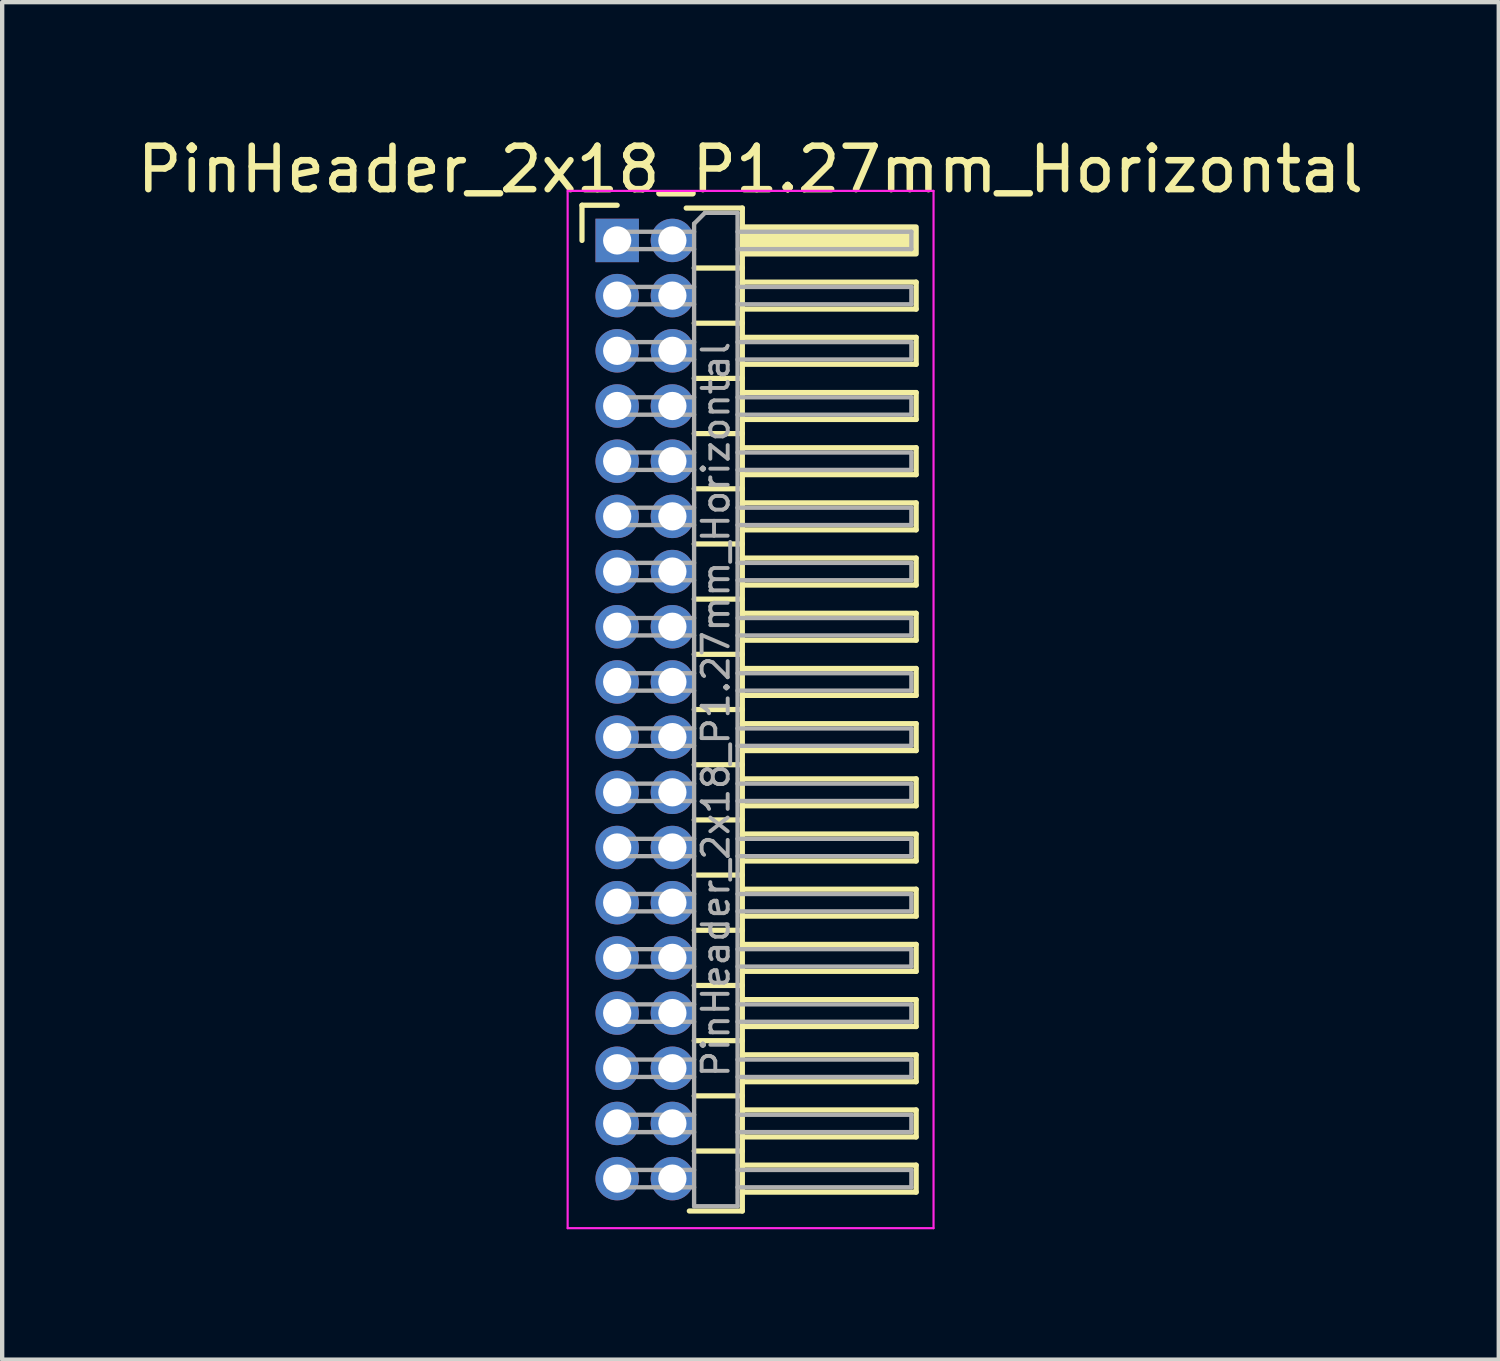
<source format=kicad_pcb>
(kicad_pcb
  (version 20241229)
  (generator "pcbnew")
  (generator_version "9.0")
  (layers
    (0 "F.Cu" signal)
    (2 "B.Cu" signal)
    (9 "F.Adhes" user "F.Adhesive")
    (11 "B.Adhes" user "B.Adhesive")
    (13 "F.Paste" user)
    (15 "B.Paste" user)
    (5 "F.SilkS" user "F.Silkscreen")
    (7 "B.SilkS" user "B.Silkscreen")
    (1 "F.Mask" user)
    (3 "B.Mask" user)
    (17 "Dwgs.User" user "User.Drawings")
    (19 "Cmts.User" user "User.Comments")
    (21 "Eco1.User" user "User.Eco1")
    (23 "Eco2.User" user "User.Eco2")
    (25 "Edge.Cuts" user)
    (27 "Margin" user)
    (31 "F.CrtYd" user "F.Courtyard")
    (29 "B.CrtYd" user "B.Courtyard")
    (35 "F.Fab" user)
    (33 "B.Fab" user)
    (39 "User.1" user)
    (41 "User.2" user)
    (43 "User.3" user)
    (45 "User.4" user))
  (footprint "PinHeader_2x18_P1.27mm_Horizontal"
    (layer "F.Cu")
    (at 11.153 2.483)
    (property "Reference" "PinHeader_2x18_P1.27mm_Horizontal" (at 3.067 -1.635 0) (layer "F.SilkS") (effects (font (size 1 1) (thickness 0.15))))
    (attr through_hole)
    (fp_line (start -0.81 -0.81) (end 0 -0.81) (stroke (width 0.12) (type solid)) (layer "F.SilkS"))
    (fp_line (start -0.81 0) (end -0.81 -0.81) (stroke (width 0.12) (type solid)) (layer "F.SilkS"))
    (fp_line (start 1.588 -0.745) (end 2.88 -0.745) (stroke (width 0.12) (type solid)) (layer "F.SilkS"))
    (fp_line (start 1.773 0.635) (end 2.88 0.635) (stroke (width 0.12) (type solid)) (layer "F.SilkS"))
    (fp_line (start 1.773 1.905) (end 2.88 1.905) (stroke (width 0.12) (type solid)) (layer "F.SilkS"))
    (fp_line (start 1.773 3.175) (end 2.88 3.175) (stroke (width 0.12) (type solid)) (layer "F.SilkS"))
    (fp_line (start 1.773 4.445) (end 2.88 4.445) (stroke (width 0.12) (type solid)) (layer "F.SilkS"))
    (fp_line (start 1.773 5.715) (end 2.88 5.715) (stroke (width 0.12) (type solid)) (layer "F.SilkS"))
    (fp_line (start 1.773 6.985) (end 2.88 6.985) (stroke (width 0.12) (type solid)) (layer "F.SilkS"))
    (fp_line (start 1.773 8.255) (end 2.88 8.255) (stroke (width 0.12) (type solid)) (layer "F.SilkS"))
    (fp_line (start 1.773 9.525) (end 2.88 9.525) (stroke (width 0.12) (type solid)) (layer "F.SilkS"))
    (fp_line (start 1.773 10.795) (end 2.88 10.795) (stroke (width 0.12) (type solid)) (layer "F.SilkS"))
    (fp_line (start 1.773 12.065) (end 2.88 12.065) (stroke (width 0.12) (type solid)) (layer "F.SilkS"))
    (fp_line (start 1.773 13.335) (end 2.88 13.335) (stroke (width 0.12) (type solid)) (layer "F.SilkS"))
    (fp_line (start 1.773 14.605) (end 2.88 14.605) (stroke (width 0.12) (type solid)) (layer "F.SilkS"))
    (fp_line (start 1.773 15.875) (end 2.88 15.875) (stroke (width 0.12) (type solid)) (layer "F.SilkS"))
    (fp_line (start 1.773 17.145) (end 2.88 17.145) (stroke (width 0.12) (type solid)) (layer "F.SilkS"))
    (fp_line (start 1.773 18.415) (end 2.88 18.415) (stroke (width 0.12) (type solid)) (layer "F.SilkS"))
    (fp_line (start 1.773 19.685) (end 2.88 19.685) (stroke (width 0.12) (type solid)) (layer "F.SilkS"))
    (fp_line (start 1.773 20.955) (end 2.88 20.955) (stroke (width 0.12) (type solid)) (layer "F.SilkS"))
    (fp_line (start 2.88 -0.745) (end 2.88 22.335) (stroke (width 0.12) (type solid)) (layer "F.SilkS"))
    (fp_line (start 2.88 0.96) (end 6.88 0.96) (stroke (width 0.12) (type solid)) (layer "F.SilkS"))
    (fp_line (start 2.88 2.23) (end 6.88 2.23) (stroke (width 0.12) (type solid)) (layer "F.SilkS"))
    (fp_line (start 2.88 3.5) (end 6.88 3.5) (stroke (width 0.12) (type solid)) (layer "F.SilkS"))
    (fp_line (start 2.88 4.77) (end 6.88 4.77) (stroke (width 0.12) (type solid)) (layer "F.SilkS"))
    (fp_line (start 2.88 6.04) (end 6.88 6.04) (stroke (width 0.12) (type solid)) (layer "F.SilkS"))
    (fp_line (start 2.88 7.31) (end 6.88 7.31) (stroke (width 0.12) (type solid)) (layer "F.SilkS"))
    (fp_line (start 2.88 8.58) (end 6.88 8.58) (stroke (width 0.12) (type solid)) (layer "F.SilkS"))
    (fp_line (start 2.88 9.85) (end 6.88 9.85) (stroke (width 0.12) (type solid)) (layer "F.SilkS"))
    (fp_line (start 2.88 11.12) (end 6.88 11.12) (stroke (width 0.12) (type solid)) (layer "F.SilkS"))
    (fp_line (start 2.88 12.39) (end 6.88 12.39) (stroke (width 0.12) (type solid)) (layer "F.SilkS"))
    (fp_line (start 2.88 13.66) (end 6.88 13.66) (stroke (width 0.12) (type solid)) (layer "F.SilkS"))
    (fp_line (start 2.88 14.93) (end 6.88 14.93) (stroke (width 0.12) (type solid)) (layer "F.SilkS"))
    (fp_line (start 2.88 16.2) (end 6.88 16.2) (stroke (width 0.12) (type solid)) (layer "F.SilkS"))
    (fp_line (start 2.88 17.47) (end 6.88 17.47) (stroke (width 0.12) (type solid)) (layer "F.SilkS"))
    (fp_line (start 2.88 18.74) (end 6.88 18.74) (stroke (width 0.12) (type solid)) (layer "F.SilkS"))
    (fp_line (start 2.88 20.01) (end 6.88 20.01) (stroke (width 0.12) (type solid)) (layer "F.SilkS"))
    (fp_line (start 2.88 21.28) (end 6.88 21.28) (stroke (width 0.12) (type solid)) (layer "F.SilkS"))
    (fp_line (start 2.88 22.335) (end 1.66 22.335) (stroke (width 0.12) (type solid)) (layer "F.SilkS"))
    (fp_line (start 6.88 0.96) (end 6.88 1.58) (stroke (width 0.12) (type solid)) (layer "F.SilkS"))
    (fp_line (start 6.88 1.58) (end 2.88 1.58) (stroke (width 0.12) (type solid)) (layer "F.SilkS"))
    (fp_line (start 6.88 2.23) (end 6.88 2.85) (stroke (width 0.12) (type solid)) (layer "F.SilkS"))
    (fp_line (start 6.88 2.85) (end 2.88 2.85) (stroke (width 0.12) (type solid)) (layer "F.SilkS"))
    (fp_line (start 6.88 3.5) (end 6.88 4.12) (stroke (width 0.12) (type solid)) (layer "F.SilkS"))
    (fp_line (start 6.88 4.12) (end 2.88 4.12) (stroke (width 0.12) (type solid)) (layer "F.SilkS"))
    (fp_line (start 6.88 4.77) (end 6.88 5.39) (stroke (width 0.12) (type solid)) (layer "F.SilkS"))
    (fp_line (start 6.88 5.39) (end 2.88 5.39) (stroke (width 0.12) (type solid)) (layer "F.SilkS"))
    (fp_line (start 6.88 6.04) (end 6.88 6.66) (stroke (width 0.12) (type solid)) (layer "F.SilkS"))
    (fp_line (start 6.88 6.66) (end 2.88 6.66) (stroke (width 0.12) (type solid)) (layer "F.SilkS"))
    (fp_line (start 6.88 7.31) (end 6.88 7.93) (stroke (width 0.12) (type solid)) (layer "F.SilkS"))
    (fp_line (start 6.88 7.93) (end 2.88 7.93) (stroke (width 0.12) (type solid)) (layer "F.SilkS"))
    (fp_line (start 6.88 8.58) (end 6.88 9.2) (stroke (width 0.12) (type solid)) (layer "F.SilkS"))
    (fp_line (start 6.88 9.2) (end 2.88 9.2) (stroke (width 0.12) (type solid)) (layer "F.SilkS"))
    (fp_line (start 6.88 9.85) (end 6.88 10.47) (stroke (width 0.12) (type solid)) (layer "F.SilkS"))
    (fp_line (start 6.88 10.47) (end 2.88 10.47) (stroke (width 0.12) (type solid)) (layer "F.SilkS"))
    (fp_line (start 6.88 11.12) (end 6.88 11.74) (stroke (width 0.12) (type solid)) (layer "F.SilkS"))
    (fp_line (start 6.88 11.74) (end 2.88 11.74) (stroke (width 0.12) (type solid)) (layer "F.SilkS"))
    (fp_line (start 6.88 12.39) (end 6.88 13.01) (stroke (width 0.12) (type solid)) (layer "F.SilkS"))
    (fp_line (start 6.88 13.01) (end 2.88 13.01) (stroke (width 0.12) (type solid)) (layer "F.SilkS"))
    (fp_line (start 6.88 13.66) (end 6.88 14.28) (stroke (width 0.12) (type solid)) (layer "F.SilkS"))
    (fp_line (start 6.88 14.28) (end 2.88 14.28) (stroke (width 0.12) (type solid)) (layer "F.SilkS"))
    (fp_line (start 6.88 14.93) (end 6.88 15.55) (stroke (width 0.12) (type solid)) (layer "F.SilkS"))
    (fp_line (start 6.88 15.55) (end 2.88 15.55) (stroke (width 0.12) (type solid)) (layer "F.SilkS"))
    (fp_line (start 6.88 16.2) (end 6.88 16.82) (stroke (width 0.12) (type solid)) (layer "F.SilkS"))
    (fp_line (start 6.88 16.82) (end 2.88 16.82) (stroke (width 0.12) (type solid)) (layer "F.SilkS"))
    (fp_line (start 6.88 17.47) (end 6.88 18.09) (stroke (width 0.12) (type solid)) (layer "F.SilkS"))
    (fp_line (start 6.88 18.09) (end 2.88 18.09) (stroke (width 0.12) (type solid)) (layer "F.SilkS"))
    (fp_line (start 6.88 18.74) (end 6.88 19.36) (stroke (width 0.12) (type solid)) (layer "F.SilkS"))
    (fp_line (start 6.88 19.36) (end 2.88 19.36) (stroke (width 0.12) (type solid)) (layer "F.SilkS"))
    (fp_line (start 6.88 20.01) (end 6.88 20.63) (stroke (width 0.12) (type solid)) (layer "F.SilkS"))
    (fp_line (start 6.88 20.63) (end 2.88 20.63) (stroke (width 0.12) (type solid)) (layer "F.SilkS"))
    (fp_line (start 6.88 21.28) (end 6.88 21.9) (stroke (width 0.12) (type solid)) (layer "F.SilkS"))
    (fp_line (start 6.88 21.9) (end 2.88 21.9) (stroke (width 0.12) (type solid)) (layer "F.SilkS"))
    (fp_rect (start 2.88 -0.31) (end 6.88 0.31) (stroke (width 0.12) (type solid)) (fill yes) (layer "F.SilkS"))
    (fp_line (start -1.14 -1.14) (end -1.14 22.73) (stroke (width 0.05) (type solid)) (layer "F.CrtYd"))
    (fp_line (start -1.14 22.73) (end 7.28 22.73) (stroke (width 0.05) (type solid)) (layer "F.CrtYd"))
    (fp_line (start 7.28 -1.14) (end -1.14 -1.14) (stroke (width 0.05) (type solid)) (layer "F.CrtYd"))
    (fp_line (start 7.28 22.73) (end 7.28 -1.14) (stroke (width 0.05) (type solid)) (layer "F.CrtYd"))
    (fp_line (start -0.2 -0.2) (end -0.2 0.2) (stroke (width 0.1) (type solid)) (layer "F.Fab"))
    (fp_line (start -0.2 -0.2) (end 1.77 -0.2) (stroke (width 0.1) (type solid)) (layer "F.Fab"))
    (fp_line (start -0.2 0.2) (end 1.77 0.2) (stroke (width 0.1) (type solid)) (layer "F.Fab"))
    (fp_line (start -0.2 1.07) (end -0.2 1.47) (stroke (width 0.1) (type solid)) (layer "F.Fab"))
    (fp_line (start -0.2 1.07) (end 1.77 1.07) (stroke (width 0.1) (type solid)) (layer "F.Fab"))
    (fp_line (start -0.2 1.47) (end 1.77 1.47) (stroke (width 0.1) (type solid)) (layer "F.Fab"))
    (fp_line (start -0.2 2.34) (end -0.2 2.74) (stroke (width 0.1) (type solid)) (layer "F.Fab"))
    (fp_line (start -0.2 2.34) (end 1.77 2.34) (stroke (width 0.1) (type solid)) (layer "F.Fab"))
    (fp_line (start -0.2 2.74) (end 1.77 2.74) (stroke (width 0.1) (type solid)) (layer "F.Fab"))
    (fp_line (start -0.2 3.61) (end -0.2 4.01) (stroke (width 0.1) (type solid)) (layer "F.Fab"))
    (fp_line (start -0.2 3.61) (end 1.77 3.61) (stroke (width 0.1) (type solid)) (layer "F.Fab"))
    (fp_line (start -0.2 4.01) (end 1.77 4.01) (stroke (width 0.1) (type solid)) (layer "F.Fab"))
    (fp_line (start -0.2 4.88) (end -0.2 5.28) (stroke (width 0.1) (type solid)) (layer "F.Fab"))
    (fp_line (start -0.2 4.88) (end 1.77 4.88) (stroke (width 0.1) (type solid)) (layer "F.Fab"))
    (fp_line (start -0.2 5.28) (end 1.77 5.28) (stroke (width 0.1) (type solid)) (layer "F.Fab"))
    (fp_line (start -0.2 6.15) (end -0.2 6.55) (stroke (width 0.1) (type solid)) (layer "F.Fab"))
    (fp_line (start -0.2 6.15) (end 1.77 6.15) (stroke (width 0.1) (type solid)) (layer "F.Fab"))
    (fp_line (start -0.2 6.55) (end 1.77 6.55) (stroke (width 0.1) (type solid)) (layer "F.Fab"))
    (fp_line (start -0.2 7.42) (end -0.2 7.82) (stroke (width 0.1) (type solid)) (layer "F.Fab"))
    (fp_line (start -0.2 7.42) (end 1.77 7.42) (stroke (width 0.1) (type solid)) (layer "F.Fab"))
    (fp_line (start -0.2 7.82) (end 1.77 7.82) (stroke (width 0.1) (type solid)) (layer "F.Fab"))
    (fp_line (start -0.2 8.69) (end -0.2 9.09) (stroke (width 0.1) (type solid)) (layer "F.Fab"))
    (fp_line (start -0.2 8.69) (end 1.77 8.69) (stroke (width 0.1) (type solid)) (layer "F.Fab"))
    (fp_line (start -0.2 9.09) (end 1.77 9.09) (stroke (width 0.1) (type solid)) (layer "F.Fab"))
    (fp_line (start -0.2 9.96) (end -0.2 10.36) (stroke (width 0.1) (type solid)) (layer "F.Fab"))
    (fp_line (start -0.2 9.96) (end 1.77 9.96) (stroke (width 0.1) (type solid)) (layer "F.Fab"))
    (fp_line (start -0.2 10.36) (end 1.77 10.36) (stroke (width 0.1) (type solid)) (layer "F.Fab"))
    (fp_line (start -0.2 11.23) (end -0.2 11.63) (stroke (width 0.1) (type solid)) (layer "F.Fab"))
    (fp_line (start -0.2 11.23) (end 1.77 11.23) (stroke (width 0.1) (type solid)) (layer "F.Fab"))
    (fp_line (start -0.2 11.63) (end 1.77 11.63) (stroke (width 0.1) (type solid)) (layer "F.Fab"))
    (fp_line (start -0.2 12.5) (end -0.2 12.9) (stroke (width 0.1) (type solid)) (layer "F.Fab"))
    (fp_line (start -0.2 12.5) (end 1.77 12.5) (stroke (width 0.1) (type solid)) (layer "F.Fab"))
    (fp_line (start -0.2 12.9) (end 1.77 12.9) (stroke (width 0.1) (type solid)) (layer "F.Fab"))
    (fp_line (start -0.2 13.77) (end -0.2 14.17) (stroke (width 0.1) (type solid)) (layer "F.Fab"))
    (fp_line (start -0.2 13.77) (end 1.77 13.77) (stroke (width 0.1) (type solid)) (layer "F.Fab"))
    (fp_line (start -0.2 14.17) (end 1.77 14.17) (stroke (width 0.1) (type solid)) (layer "F.Fab"))
    (fp_line (start -0.2 15.04) (end -0.2 15.44) (stroke (width 0.1) (type solid)) (layer "F.Fab"))
    (fp_line (start -0.2 15.04) (end 1.77 15.04) (stroke (width 0.1) (type solid)) (layer "F.Fab"))
    (fp_line (start -0.2 15.44) (end 1.77 15.44) (stroke (width 0.1) (type solid)) (layer "F.Fab"))
    (fp_line (start -0.2 16.31) (end -0.2 16.71) (stroke (width 0.1) (type solid)) (layer "F.Fab"))
    (fp_line (start -0.2 16.31) (end 1.77 16.31) (stroke (width 0.1) (type solid)) (layer "F.Fab"))
    (fp_line (start -0.2 16.71) (end 1.77 16.71) (stroke (width 0.1) (type solid)) (layer "F.Fab"))
    (fp_line (start -0.2 17.58) (end -0.2 17.98) (stroke (width 0.1) (type solid)) (layer "F.Fab"))
    (fp_line (start -0.2 17.58) (end 1.77 17.58) (stroke (width 0.1) (type solid)) (layer "F.Fab"))
    (fp_line (start -0.2 17.98) (end 1.77 17.98) (stroke (width 0.1) (type solid)) (layer "F.Fab"))
    (fp_line (start -0.2 18.85) (end -0.2 19.25) (stroke (width 0.1) (type solid)) (layer "F.Fab"))
    (fp_line (start -0.2 18.85) (end 1.77 18.85) (stroke (width 0.1) (type solid)) (layer "F.Fab"))
    (fp_line (start -0.2 19.25) (end 1.77 19.25) (stroke (width 0.1) (type solid)) (layer "F.Fab"))
    (fp_line (start -0.2 20.12) (end -0.2 20.52) (stroke (width 0.1) (type solid)) (layer "F.Fab"))
    (fp_line (start -0.2 20.12) (end 1.77 20.12) (stroke (width 0.1) (type solid)) (layer "F.Fab"))
    (fp_line (start -0.2 20.52) (end 1.77 20.52) (stroke (width 0.1) (type solid)) (layer "F.Fab"))
    (fp_line (start -0.2 21.39) (end -0.2 21.79) (stroke (width 0.1) (type solid)) (layer "F.Fab"))
    (fp_line (start -0.2 21.39) (end 1.77 21.39) (stroke (width 0.1) (type solid)) (layer "F.Fab"))
    (fp_line (start -0.2 21.79) (end 1.77 21.79) (stroke (width 0.1) (type solid)) (layer "F.Fab"))
    (fp_line (start 1.77 -0.385) (end 2.02 -0.635) (stroke (width 0.1) (type solid)) (layer "F.Fab"))
    (fp_line (start 1.77 22.225) (end 1.77 -0.385) (stroke (width 0.1) (type solid)) (layer "F.Fab"))
    (fp_line (start 2.02 -0.635) (end 2.77 -0.635) (stroke (width 0.1) (type solid)) (layer "F.Fab"))
    (fp_line (start 2.77 -0.635) (end 2.77 22.225) (stroke (width 0.1) (type solid)) (layer "F.Fab"))
    (fp_line (start 2.77 -0.2) (end 6.77 -0.2) (stroke (width 0.1) (type solid)) (layer "F.Fab"))
    (fp_line (start 2.77 0.2) (end 6.77 0.2) (stroke (width 0.1) (type solid)) (layer "F.Fab"))
    (fp_line (start 2.77 1.07) (end 6.77 1.07) (stroke (width 0.1) (type solid)) (layer "F.Fab"))
    (fp_line (start 2.77 1.47) (end 6.77 1.47) (stroke (width 0.1) (type solid)) (layer "F.Fab"))
    (fp_line (start 2.77 2.34) (end 6.77 2.34) (stroke (width 0.1) (type solid)) (layer "F.Fab"))
    (fp_line (start 2.77 2.74) (end 6.77 2.74) (stroke (width 0.1) (type solid)) (layer "F.Fab"))
    (fp_line (start 2.77 3.61) (end 6.77 3.61) (stroke (width 0.1) (type solid)) (layer "F.Fab"))
    (fp_line (start 2.77 4.01) (end 6.77 4.01) (stroke (width 0.1) (type solid)) (layer "F.Fab"))
    (fp_line (start 2.77 4.88) (end 6.77 4.88) (stroke (width 0.1) (type solid)) (layer "F.Fab"))
    (fp_line (start 2.77 5.28) (end 6.77 5.28) (stroke (width 0.1) (type solid)) (layer "F.Fab"))
    (fp_line (start 2.77 6.15) (end 6.77 6.15) (stroke (width 0.1) (type solid)) (layer "F.Fab"))
    (fp_line (start 2.77 6.55) (end 6.77 6.55) (stroke (width 0.1) (type solid)) (layer "F.Fab"))
    (fp_line (start 2.77 7.42) (end 6.77 7.42) (stroke (width 0.1) (type solid)) (layer "F.Fab"))
    (fp_line (start 2.77 7.82) (end 6.77 7.82) (stroke (width 0.1) (type solid)) (layer "F.Fab"))
    (fp_line (start 2.77 8.69) (end 6.77 8.69) (stroke (width 0.1) (type solid)) (layer "F.Fab"))
    (fp_line (start 2.77 9.09) (end 6.77 9.09) (stroke (width 0.1) (type solid)) (layer "F.Fab"))
    (fp_line (start 2.77 9.96) (end 6.77 9.96) (stroke (width 0.1) (type solid)) (layer "F.Fab"))
    (fp_line (start 2.77 10.36) (end 6.77 10.36) (stroke (width 0.1) (type solid)) (layer "F.Fab"))
    (fp_line (start 2.77 11.23) (end 6.77 11.23) (stroke (width 0.1) (type solid)) (layer "F.Fab"))
    (fp_line (start 2.77 11.63) (end 6.77 11.63) (stroke (width 0.1) (type solid)) (layer "F.Fab"))
    (fp_line (start 2.77 12.5) (end 6.77 12.5) (stroke (width 0.1) (type solid)) (layer "F.Fab"))
    (fp_line (start 2.77 12.9) (end 6.77 12.9) (stroke (width 0.1) (type solid)) (layer "F.Fab"))
    (fp_line (start 2.77 13.77) (end 6.77 13.77) (stroke (width 0.1) (type solid)) (layer "F.Fab"))
    (fp_line (start 2.77 14.17) (end 6.77 14.17) (stroke (width 0.1) (type solid)) (layer "F.Fab"))
    (fp_line (start 2.77 15.04) (end 6.77 15.04) (stroke (width 0.1) (type solid)) (layer "F.Fab"))
    (fp_line (start 2.77 15.44) (end 6.77 15.44) (stroke (width 0.1) (type solid)) (layer "F.Fab"))
    (fp_line (start 2.77 16.31) (end 6.77 16.31) (stroke (width 0.1) (type solid)) (layer "F.Fab"))
    (fp_line (start 2.77 16.71) (end 6.77 16.71) (stroke (width 0.1) (type solid)) (layer "F.Fab"))
    (fp_line (start 2.77 17.58) (end 6.77 17.58) (stroke (width 0.1) (type solid)) (layer "F.Fab"))
    (fp_line (start 2.77 17.98) (end 6.77 17.98) (stroke (width 0.1) (type solid)) (layer "F.Fab"))
    (fp_line (start 2.77 18.85) (end 6.77 18.85) (stroke (width 0.1) (type solid)) (layer "F.Fab"))
    (fp_line (start 2.77 19.25) (end 6.77 19.25) (stroke (width 0.1) (type solid)) (layer "F.Fab"))
    (fp_line (start 2.77 20.12) (end 6.77 20.12) (stroke (width 0.1) (type solid)) (layer "F.Fab"))
    (fp_line (start 2.77 20.52) (end 6.77 20.52) (stroke (width 0.1) (type solid)) (layer "F.Fab"))
    (fp_line (start 2.77 21.39) (end 6.77 21.39) (stroke (width 0.1) (type solid)) (layer "F.Fab"))
    (fp_line (start 2.77 21.79) (end 6.77 21.79) (stroke (width 0.1) (type solid)) (layer "F.Fab"))
    (fp_line (start 2.77 22.225) (end 1.77 22.225) (stroke (width 0.1) (type solid)) (layer "F.Fab"))
    (fp_line (start 6.77 -0.2) (end 6.77 0.2) (stroke (width 0.1) (type solid)) (layer "F.Fab"))
    (fp_line (start 6.77 1.07) (end 6.77 1.47) (stroke (width 0.1) (type solid)) (layer "F.Fab"))
    (fp_line (start 6.77 2.34) (end 6.77 2.74) (stroke (width 0.1) (type solid)) (layer "F.Fab"))
    (fp_line (start 6.77 3.61) (end 6.77 4.01) (stroke (width 0.1) (type solid)) (layer "F.Fab"))
    (fp_line (start 6.77 4.88) (end 6.77 5.28) (stroke (width 0.1) (type solid)) (layer "F.Fab"))
    (fp_line (start 6.77 6.15) (end 6.77 6.55) (stroke (width 0.1) (type solid)) (layer "F.Fab"))
    (fp_line (start 6.77 7.42) (end 6.77 7.82) (stroke (width 0.1) (type solid)) (layer "F.Fab"))
    (fp_line (start 6.77 8.69) (end 6.77 9.09) (stroke (width 0.1) (type solid)) (layer "F.Fab"))
    (fp_line (start 6.77 9.96) (end 6.77 10.36) (stroke (width 0.1) (type solid)) (layer "F.Fab"))
    (fp_line (start 6.77 11.23) (end 6.77 11.63) (stroke (width 0.1) (type solid)) (layer "F.Fab"))
    (fp_line (start 6.77 12.5) (end 6.77 12.9) (stroke (width 0.1) (type solid)) (layer "F.Fab"))
    (fp_line (start 6.77 13.77) (end 6.77 14.17) (stroke (width 0.1) (type solid)) (layer "F.Fab"))
    (fp_line (start 6.77 15.04) (end 6.77 15.44) (stroke (width 0.1) (type solid)) (layer "F.Fab"))
    (fp_line (start 6.77 16.31) (end 6.77 16.71) (stroke (width 0.1) (type solid)) (layer "F.Fab"))
    (fp_line (start 6.77 17.58) (end 6.77 17.98) (stroke (width 0.1) (type solid)) (layer "F.Fab"))
    (fp_line (start 6.77 18.85) (end 6.77 19.25) (stroke (width 0.1) (type solid)) (layer "F.Fab"))
    (fp_line (start 6.77 20.12) (end 6.77 20.52) (stroke (width 0.1) (type solid)) (layer "F.Fab"))
    (fp_line (start 6.77 21.39) (end 6.77 21.79) (stroke (width 0.1) (type solid)) (layer "F.Fab"))
    (fp_text user "${REFERENCE}" (at 2.27 10.795 90) (layer "F.Fab") (effects (font (size 0.6 0.6) (thickness 0.09))))
    (pad "1" thru_hole rect (at 0 0) (size 1 1) (drill 0.65) (layers "*.Cu" "*.Mask"))
    (pad "2" thru_hole circle (at 1.27 0) (size 1 1) (drill 0.65) (layers "*.Cu" "*.Mask"))
    (pad "3" thru_hole circle (at 0 1.27) (size 1 1) (drill 0.65) (layers "*.Cu" "*.Mask"))
    (pad "4" thru_hole circle (at 1.27 1.27) (size 1 1) (drill 0.65) (layers "*.Cu" "*.Mask"))
    (pad "5" thru_hole circle (at 0 2.54) (size 1 1) (drill 0.65) (layers "*.Cu" "*.Mask"))
    (pad "6" thru_hole circle (at 1.27 2.54) (size 1 1) (drill 0.65) (layers "*.Cu" "*.Mask"))
    (pad "7" thru_hole circle (at 0 3.81) (size 1 1) (drill 0.65) (layers "*.Cu" "*.Mask"))
    (pad "8" thru_hole circle (at 1.27 3.81) (size 1 1) (drill 0.65) (layers "*.Cu" "*.Mask"))
    (pad "9" thru_hole circle (at 0 5.08) (size 1 1) (drill 0.65) (layers "*.Cu" "*.Mask"))
    (pad "10" thru_hole circle (at 1.27 5.08) (size 1 1) (drill 0.65) (layers "*.Cu" "*.Mask"))
    (pad "11" thru_hole circle (at 0 6.35) (size 1 1) (drill 0.65) (layers "*.Cu" "*.Mask"))
    (pad "12" thru_hole circle (at 1.27 6.35) (size 1 1) (drill 0.65) (layers "*.Cu" "*.Mask"))
    (pad "13" thru_hole circle (at 0 7.62) (size 1 1) (drill 0.65) (layers "*.Cu" "*.Mask"))
    (pad "14" thru_hole circle (at 1.27 7.62) (size 1 1) (drill 0.65) (layers "*.Cu" "*.Mask"))
    (pad "15" thru_hole circle (at 0 8.89) (size 1 1) (drill 0.65) (layers "*.Cu" "*.Mask"))
    (pad "16" thru_hole circle (at 1.27 8.89) (size 1 1) (drill 0.65) (layers "*.Cu" "*.Mask"))
    (pad "17" thru_hole circle (at 0 10.16) (size 1 1) (drill 0.65) (layers "*.Cu" "*.Mask"))
    (pad "18" thru_hole circle (at 1.27 10.16) (size 1 1) (drill 0.65) (layers "*.Cu" "*.Mask"))
    (pad "19" thru_hole circle (at 0 11.43) (size 1 1) (drill 0.65) (layers "*.Cu" "*.Mask"))
    (pad "20" thru_hole circle (at 1.27 11.43) (size 1 1) (drill 0.65) (layers "*.Cu" "*.Mask"))
    (pad "21" thru_hole circle (at 0 12.7) (size 1 1) (drill 0.65) (layers "*.Cu" "*.Mask"))
    (pad "22" thru_hole circle (at 1.27 12.7) (size 1 1) (drill 0.65) (layers "*.Cu" "*.Mask"))
    (pad "23" thru_hole circle (at 0 13.97) (size 1 1) (drill 0.65) (layers "*.Cu" "*.Mask"))
    (pad "24" thru_hole circle (at 1.27 13.97) (size 1 1) (drill 0.65) (layers "*.Cu" "*.Mask"))
    (pad "25" thru_hole circle (at 0 15.24) (size 1 1) (drill 0.65) (layers "*.Cu" "*.Mask"))
    (pad "26" thru_hole circle (at 1.27 15.24) (size 1 1) (drill 0.65) (layers "*.Cu" "*.Mask"))
    (pad "27" thru_hole circle (at 0 16.51) (size 1 1) (drill 0.65) (layers "*.Cu" "*.Mask"))
    (pad "28" thru_hole circle (at 1.27 16.51) (size 1 1) (drill 0.65) (layers "*.Cu" "*.Mask"))
    (pad "29" thru_hole circle (at 0 17.78) (size 1 1) (drill 0.65) (layers "*.Cu" "*.Mask"))
    (pad "30" thru_hole circle (at 1.27 17.78) (size 1 1) (drill 0.65) (layers "*.Cu" "*.Mask"))
    (pad "31" thru_hole circle (at 0 19.05) (size 1 1) (drill 0.65) (layers "*.Cu" "*.Mask"))
    (pad "32" thru_hole circle (at 1.27 19.05) (size 1 1) (drill 0.65) (layers "*.Cu" "*.Mask"))
    (pad "33" thru_hole circle (at 0 20.32) (size 1 1) (drill 0.65) (layers "*.Cu" "*.Mask"))
    (pad "34" thru_hole circle (at 1.27 20.32) (size 1 1) (drill 0.65) (layers "*.Cu" "*.Mask"))
    (pad "35" thru_hole circle (at 0 21.59) (size 1 1) (drill 0.65) (layers "*.Cu" "*.Mask"))
    (pad "36" thru_hole circle (at 1.27 21.59) (size 1 1) (drill 0.65) (layers "*.Cu" "*.Mask")))
  (gr_rect
    (start -3 -3)
    (end 31.44 28.238)
    (stroke (width 0.1) (type default))
    (fill no)
    (layer "Edge.Cuts")))
</source>
